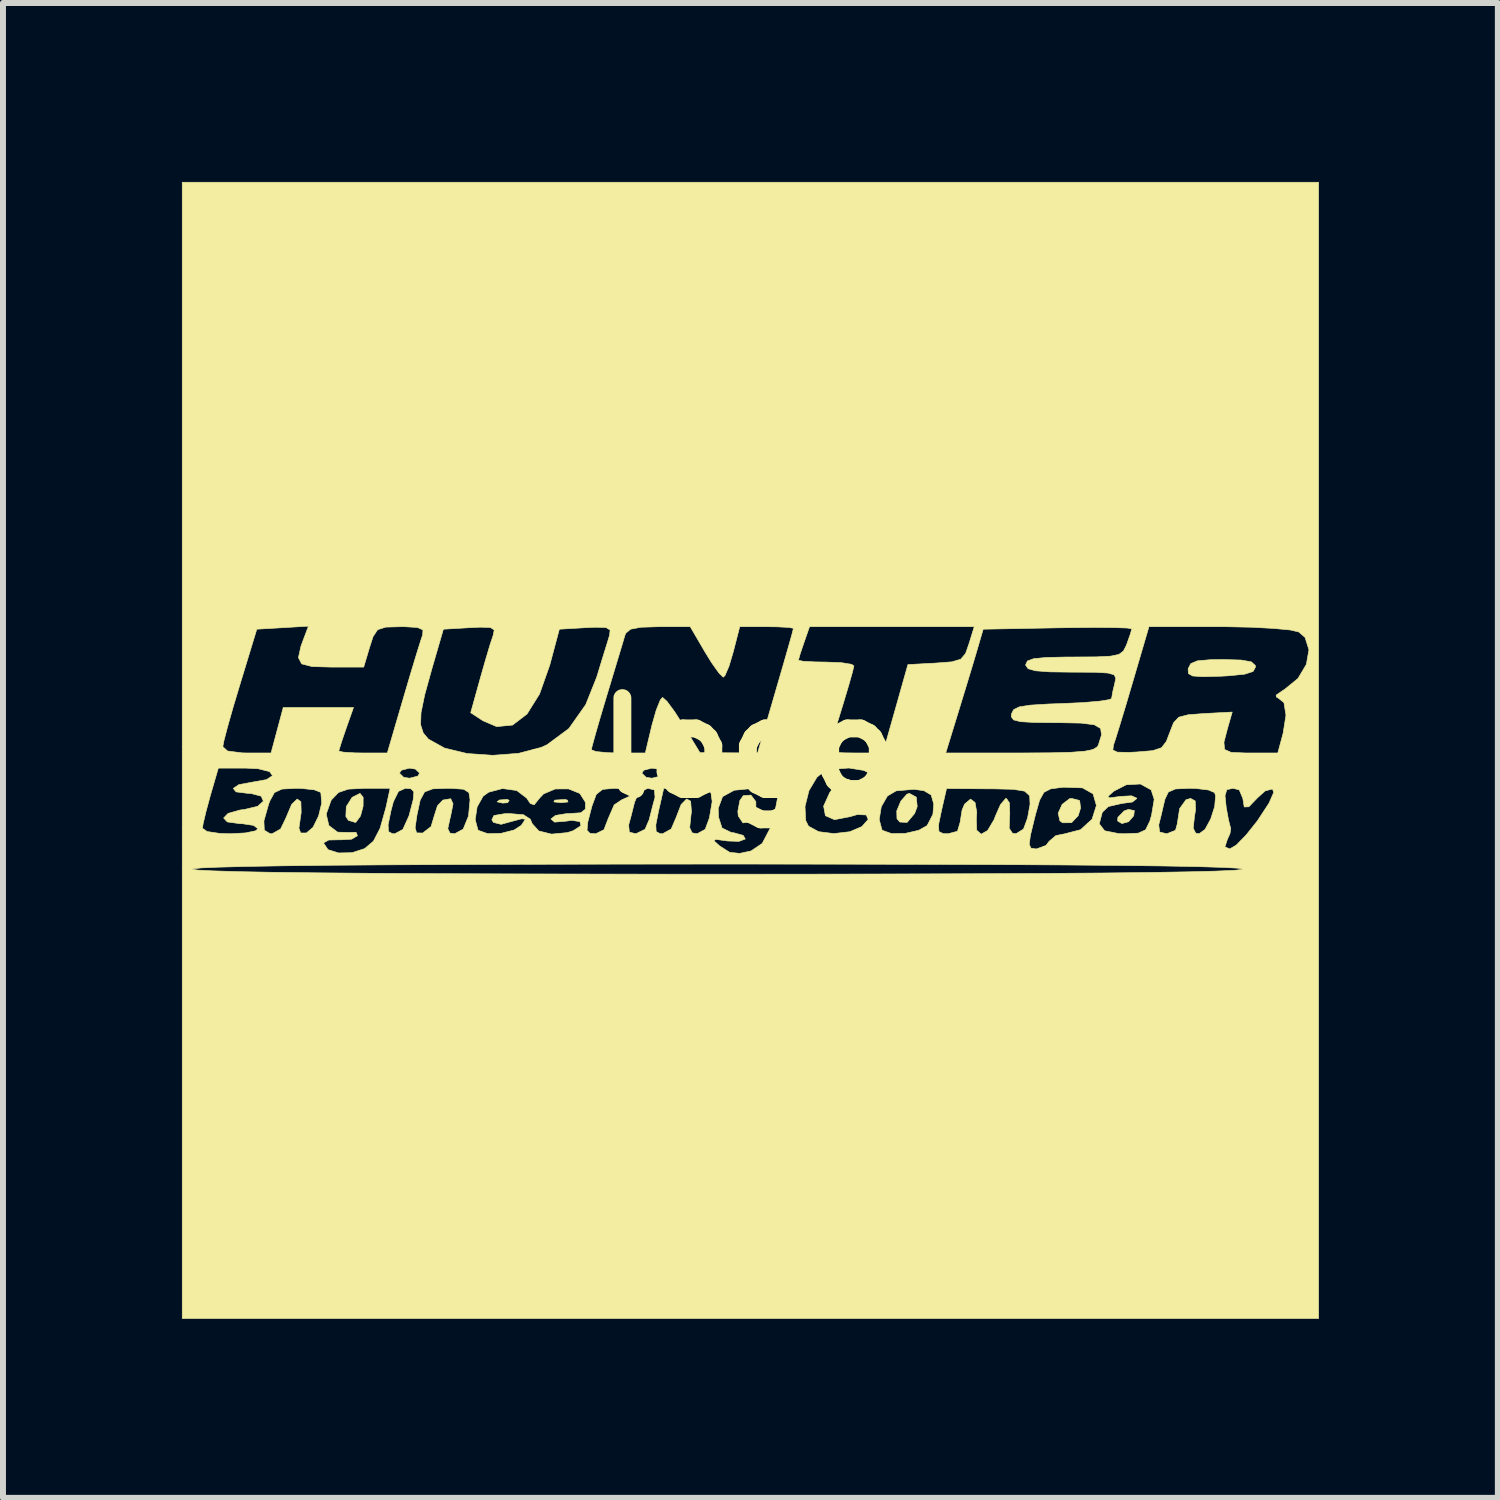
<source format=kicad_pcb>
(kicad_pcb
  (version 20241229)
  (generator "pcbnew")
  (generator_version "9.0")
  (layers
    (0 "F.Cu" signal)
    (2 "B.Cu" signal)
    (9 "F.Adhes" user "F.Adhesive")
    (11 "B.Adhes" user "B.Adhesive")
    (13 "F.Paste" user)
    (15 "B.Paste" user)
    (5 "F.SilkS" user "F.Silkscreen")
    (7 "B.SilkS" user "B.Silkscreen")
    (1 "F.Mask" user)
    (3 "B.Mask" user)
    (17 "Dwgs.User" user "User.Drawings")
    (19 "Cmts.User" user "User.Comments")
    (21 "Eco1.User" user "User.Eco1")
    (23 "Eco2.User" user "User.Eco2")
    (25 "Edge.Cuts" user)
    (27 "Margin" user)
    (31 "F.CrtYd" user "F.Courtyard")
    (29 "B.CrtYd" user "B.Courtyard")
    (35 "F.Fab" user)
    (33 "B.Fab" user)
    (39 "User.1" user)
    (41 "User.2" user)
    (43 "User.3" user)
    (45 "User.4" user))
  (footprint "logo"
    (layer "F.Cu")
    (at 9.488 9.488)
    (property "Reference" "logo" (at 0 0 0) (layer "F.SilkS") (effects (font (size 1.524 1.524) (thickness 0.3))))
    (attr through_hole)
    (fp_poly (pts (xy -4.002 0.88) (xy -4.028 0.919) (xy -4.113 0.925) (xy -4.204 0.904) (xy -4.165 0.873) (xy -4.032 0.863) (xy -4.002 0.88)) (stroke (width 0.01) (type solid)) (fill yes) (layer "F.SilkS"))
    (fp_poly (pts (xy -3.027 0.875) (xy -3.016 0.906) (xy -3.133 0.918) (xy -3.253 0.905) (xy -3.239 0.875) (xy -3.065 0.864) (xy -3.027 0.875)) (stroke (width 0.01) (type solid)) (fill yes) (layer "F.SilkS"))
    (fp_poly (pts (xy 6.478 1.05) (xy 6.468 1.137) (xy 6.382 1.237) (xy 6.27 1.268) (xy 6.198 1.225) (xy 6.202 1.164) (xy 6.306 1.057) (xy 6.378 1.031) (xy 6.478 1.05)) (stroke (width 0.01) (type solid)) (fill yes) (layer "F.SilkS"))
    (fp_poly (pts (xy -6.45 0.828) (xy -6.451 0.978) (xy -6.494 1.14) (xy -6.57 1.244) (xy -6.583 1.249) (xy -6.698 1.214) (xy -6.74 1.149) (xy -6.733 0.984) (xy -6.635 0.828) (xy -6.503 0.762) (xy -6.45 0.828)) (stroke (width 0.01) (type solid)) (fill yes) (layer "F.SilkS"))
    (fp_poly (pts (xy 0.133 0.9) (xy 0.135 1.075) (xy 0.13 1.092) (xy 0.032 1.243) (xy -0.084 1.257) (xy -0.162 1.14) (xy -0.169 1.063) (xy -0.135 0.882) (xy -0.077 0.8) (xy 0.05 0.791) (xy 0.133 0.9)) (stroke (width 0.01) (type solid)) (fill yes) (layer "F.SilkS"))
    (fp_poly (pts (xy 2.823 0.826) (xy 2.838 0.984) (xy 2.795 1.099) (xy 2.669 1.249) (xy 2.547 1.243) (xy 2.499 1.187) (xy 2.495 1.056) (xy 2.564 0.891) (xy 2.665 0.776) (xy 2.707 0.762) (xy 2.823 0.826)) (stroke (width 0.01) (type solid)) (fill yes) (layer "F.SilkS"))
    (fp_poly (pts (xy 5.561 0.882) (xy 5.577 1.008) (xy 5.537 1.136) (xy 5.425 1.254) (xy 5.275 1.255) (xy 5.23 1.223) (xy 5.201 1.095) (xy 5.268 0.946) (xy 5.391 0.852) (xy 5.429 0.847) (xy 5.561 0.882)) (stroke (width 0.01) (type solid)) (fill yes) (layer "F.SilkS"))
    (fp_poly (pts (xy 8.268 -1.473) (xy 8.439 -1.443) (xy 8.505 -1.383) (xy 8.509 -1.355) (xy 8.469 -1.282) (xy 8.328 -1.236) (xy 8.058 -1.209) (xy 7.931 -1.202) (xy 7.625 -1.194) (xy 7.454 -1.206) (xy 7.384 -1.247) (xy 7.38 -1.325) (xy 7.381 -1.329) (xy 7.424 -1.413) (xy 7.535 -1.46) (xy 7.754 -1.479) (xy 7.96 -1.482) (xy 8.268 -1.473)) (stroke (width 0.01) (type solid)) (fill yes) (layer "F.SilkS"))
    (fp_poly (pts (xy 9.567 9.567) (xy -9.483 9.567) (xy -9.483 2.032) (xy -9.313 2.032) (xy -9.229 2.048) (xy -8.976 2.061) (xy -8.556 2.074) (xy -7.969 2.085) (xy -7.216 2.094) (xy -6.299 2.102) (xy -5.218 2.108) (xy -3.974 2.112) (xy -2.569 2.115) (xy -1.002 2.117) (xy -0.508 2.117) (xy 1.106 2.116) (xy 2.559 2.113) (xy 3.851 2.109) (xy 4.98 2.104) (xy 5.946 2.097) (xy 6.747 2.088) (xy 7.383 2.077) (xy 7.853 2.065) (xy 8.156 2.052) (xy 8.29 2.037) (xy 8.297 2.032) (xy 8.213 2.016) (xy 7.96 2.003) (xy 7.54 1.99) (xy 6.953 1.979) (xy 6.2 1.97) (xy 5.283 1.962) (xy 4.202 1.956) (xy 2.958 1.952) (xy 1.553 1.949) (xy -0.014 1.947) (xy -0.508 1.947) (xy -2.122 1.948) (xy -3.575 1.951) (xy -4.867 1.955) (xy -5.996 1.96) (xy -6.962 1.967) (xy -7.763 1.976) (xy -8.399 1.987) (xy -8.869 1.999) (xy -9.172 2.012) (xy -9.306 2.027) (xy -9.313 2.032) (xy -9.483 2.032) (xy -9.483 1.596) (xy -7.112 1.596) (xy -7.04 1.705) (xy -6.862 1.761) (xy -6.635 1.756) (xy -6.425 1.688) (xy -6.279 1.564) (xy -6.274 1.556) (xy -0.57 1.556) (xy -0.474 1.643) (xy -0.471 1.645) (xy -0.305 1.751) (xy -0.137 1.768) (xy 0.053 1.727) (xy 0.215 1.618) (xy 4.716 1.618) (xy 4.745 1.68) (xy 4.826 1.693) (xy 4.838 1.693) (xy 4.93 1.66) (xy 7.997 1.66) (xy 8.078 1.693) (xy 8.187 1.629) (xy 8.353 1.459) (xy 8.543 1.22) (xy 8.551 1.208) (xy 8.736 0.925) (xy 8.814 0.748) (xy 8.795 0.688) (xy 8.671 0.721) (xy 8.544 0.835) (xy 8.398 0.987) (xy 8.32 0.99) (xy 8.297 0.847) (xy 8.237 0.704) (xy 8.133 0.677) (xy 8.029 0.7) (xy 7.998 0.8) (xy 8.018 0.995) (xy 8.057 1.208) (xy 8.089 1.335) (xy 8.095 1.345) (xy 8.082 1.435) (xy 8.037 1.535) (xy 7.997 1.66) (xy 4.93 1.66) (xy 4.997 1.635) (xy 5.049 1.566) (xy 5.162 1.47) (xy 5.315 1.439) (xy 5.577 1.371) (xy 5.685 1.272) (xy 5.89 1.272) (xy 5.98 1.389) (xy 6.22 1.437) (xy 6.311 1.439) (xy 6.544 1.429) (xy 6.667 1.373) (xy 6.707 1.291) (xy 6.887 1.291) (xy 6.902 1.41) (xy 7.022 1.439) (xy 7.168 1.381) (xy 7.197 1.277) (xy 7.237 1.018) (xy 7.344 0.869) (xy 7.421 0.847) (xy 7.498 0.888) (xy 7.505 1.035) (xy 7.487 1.143) (xy 7.465 1.346) (xy 7.507 1.429) (xy 7.564 1.439) (xy 7.663 1.366) (xy 7.758 1.192) (xy 7.825 0.982) (xy 7.84 0.802) (xy 7.823 0.749) (xy 7.719 0.705) (xy 7.508 0.68) (xy 7.405 0.677) (xy 7.168 0.688) (xy 7.048 0.74) (xy 6.99 0.863) (xy 6.979 0.91) (xy 6.925 1.14) (xy 6.887 1.291) (xy 6.707 1.291) (xy 6.737 1.23) (xy 6.767 1.127) (xy 6.811 0.862) (xy 6.76 0.704) (xy 6.58 0.605) (xy 6.342 0.618) (xy 6.133 0.726) (xy 6.035 0.814) (xy 6.062 0.838) (xy 6.235 0.814) (xy 6.244 0.813) (xy 6.432 0.803) (xy 6.518 0.842) (xy 6.519 0.849) (xy 6.446 0.907) (xy 6.269 0.931) (xy 6.268 0.931) (xy 6.042 0.983) (xy 5.941 1.079) (xy 5.89 1.272) (xy 5.685 1.272) (xy 5.769 1.196) (xy 5.842 0.965) (xy 5.786 0.77) (xy 5.609 0.67) (xy 5.298 0.659) (xy 5.259 0.662) (xy 5.075 0.687) (xy 4.963 0.744) (xy 4.89 0.875) (xy 4.82 1.12) (xy 4.802 1.193) (xy 4.735 1.469) (xy 4.716 1.618) (xy 0.215 1.618) (xy 0.239 1.602) (xy 0.381 1.331) (xy 0.47 0.982) (xy 0.957 0.982) (xy 0.969 1.218) (xy 1.016 1.312) (xy 1.185 1.404) (xy 1.44 1.436) (xy 1.708 1.405) (xy 1.91 1.319) (xy 2.014 1.201) (xy 2.201 1.201) (xy 2.246 1.37) (xy 2.258 1.383) (xy 2.407 1.436) (xy 2.636 1.433) (xy 2.864 1.381) (xy 3.004 1.302) (xy 3.01 1.291) (xy 3.195 1.291) (xy 3.202 1.402) (xy 3.275 1.437) (xy 3.356 1.439) (xy 3.513 1.397) (xy 3.557 1.249) (xy 3.59 1.042) (xy 3.632 0.942) (xy 3.732 0.858) (xy 3.808 0.915) (xy 3.837 1.082) (xy 3.829 1.182) (xy 3.835 1.379) (xy 3.91 1.446) (xy 4.018 1.385) (xy 4.127 1.202) (xy 4.149 1.143) (xy 4.234 0.95) (xy 4.319 0.85) (xy 4.334 0.847) (xy 4.384 0.921) (xy 4.39 1.109) (xy 4.387 1.143) (xy 4.38 1.347) (xy 4.435 1.43) (xy 4.494 1.439) (xy 4.62 1.36) (xy 4.688 1.175) (xy 4.73 0.944) (xy 4.723 0.802) (xy 4.639 0.725) (xy 4.448 0.694) (xy 4.123 0.686) (xy 4.036 0.686) (xy 3.33 0.681) (xy 3.243 1.06) (xy 3.195 1.291) (xy 3.01 1.291) (xy 3.101 1.114) (xy 3.116 0.942) (xy 3.072 0.789) (xy 2.951 0.717) (xy 2.783 0.694) (xy 2.485 0.72) (xy 2.339 0.806) (xy 2.236 0.985) (xy 2.201 1.201) (xy 2.014 1.201) (xy 2.017 1.199) (xy 1.983 1.124) (xy 1.835 1.117) (xy 1.71 1.153) (xy 1.451 1.203) (xy 1.299 1.136) (xy 1.269 0.976) (xy 1.373 0.746) (xy 1.434 0.666) (xy 1.567 0.533) (xy 1.684 0.526) (xy 1.771 0.572) (xy 1.966 0.656) (xy 2.128 0.672) (xy 2.201 0.615) (xy 2.201 0.61) (xy 2.128 0.47) (xy 1.942 0.377) (xy 1.694 0.337) (xy 1.437 0.355) (xy 1.223 0.437) (xy 1.157 0.492) (xy 1.023 0.717) (xy 0.957 0.982) (xy 0.47 0.982) (xy 0.47 0.981) (xy 0.527 0.677) (xy 0.104 0.677) (xy -0.23 0.71) (xy -0.425 0.817) (xy -0.498 1.014) (xy -0.493 1.159) (xy -0.434 1.342) (xy -0.281 1.417) (xy -0.231 1.424) (xy -0.079 1.466) (xy -0.044 1.527) (xy -0.151 1.567) (xy -0.348 1.56) (xy -0.363 1.557) (xy -0.54 1.533) (xy -0.57 1.556) (xy -6.274 1.556) (xy -6.166 1.347) (xy -6.15 1.291) (xy -6.032 1.291) (xy -6.025 1.403) (xy -5.959 1.438) (xy -5.919 1.439) (xy -5.784 1.366) (xy -5.772 1.339) (xy -5.579 1.339) (xy -5.554 1.424) (xy -5.459 1.427) (xy -5.451 1.426) (xy -5.312 1.319) (xy -5.264 1.158) (xy -5.204 0.969) (xy -5.113 0.874) (xy -4.982 0.852) (xy -4.943 0.938) (xy -4.986 1.154) (xy -4.991 1.17) (xy -5.031 1.354) (xy -4.995 1.428) (xy -4.915 1.439) (xy -4.773 1.361) (xy -4.708 1.202) (xy -4.572 1.202) (xy -4.527 1.37) (xy -4.516 1.383) (xy -4.364 1.437) (xy -4.138 1.432) (xy -3.919 1.376) (xy -3.799 1.298) (xy -3.73 1.195) (xy -3.793 1.188) (xy -3.852 1.203) (xy -4.051 1.257) (xy -4.138 1.281) (xy -4.265 1.249) (xy -4.293 1.206) (xy -4.258 1.133) (xy -4.074 1.102) (xy -3.996 1.101) (xy -3.763 1.12) (xy -3.648 1.194) (xy -3.616 1.27) (xy -3.506 1.392) (xy -3.292 1.445) (xy -3.028 1.42) (xy -2.928 1.388) (xy -2.919 1.382) (xy -2.697 1.382) (xy -2.647 1.432) (xy -2.551 1.439) (xy -2.413 1.371) (xy -2.383 1.291) (xy -1.999 1.291) (xy -1.988 1.412) (xy -1.878 1.439) (xy -1.724 1.364) (xy -1.693 1.291) (xy -1.544 1.291) (xy -1.538 1.403) (xy -1.471 1.438) (xy -1.43 1.439) (xy -1.286 1.359) (xy -1.205 1.17) (xy -1.119 0.948) (xy -1.027 0.855) (xy -0.96 0.893) (xy -0.947 1.069) (xy -0.955 1.132) (xy -0.976 1.337) (xy -0.935 1.424) (xy -0.852 1.439) (xy -0.716 1.365) (xy -0.646 1.175) (xy -0.599 0.9) (xy -0.62 0.751) (xy -0.735 0.69) (xy -0.971 0.677) (xy -1.002 0.677) (xy -1.411 0.677) (xy -1.498 1.058) (xy -1.544 1.291) (xy -1.693 1.291) (xy -1.656 1.206) (xy -1.598 0.977) (xy -1.557 0.826) (xy -1.568 0.705) (xy -1.678 0.677) (xy -1.832 0.753) (xy -1.9 0.91) (xy -1.958 1.14) (xy -1.999 1.291) (xy -2.383 1.291) (xy -2.339 1.178) (xy -2.242 0.955) (xy -2.117 0.871) (xy -1.967 0.803) (xy -1.97 0.733) (xy -2.111 0.685) (xy -2.24 0.677) (xy -2.436 0.695) (xy -2.542 0.779) (xy -2.616 0.979) (xy -2.62 0.995) (xy -2.686 1.25) (xy -2.697 1.382) (xy -2.919 1.382) (xy -2.8 1.305) (xy -2.816 1.236) (xy -2.953 1.214) (xy -3.048 1.228) (xy -3.24 1.244) (xy -3.302 1.192) (xy -3.227 1.132) (xy -3.044 1.102) (xy -3 1.101) (xy -2.8 1.087) (xy -2.724 1.026) (xy -2.725 0.91) (xy -2.818 0.763) (xy -3.007 0.687) (xy -3.23 0.688) (xy -3.426 0.771) (xy -3.489 0.837) (xy -3.583 0.954) (xy -3.648 0.932) (xy -3.709 0.841) (xy -3.876 0.714) (xy -4.114 0.681) (xy -4.347 0.743) (xy -4.439 0.81) (xy -4.539 0.988) (xy -4.572 1.202) (xy -4.708 1.202) (xy -4.684 1.142) (xy -4.658 0.868) (xy -4.677 0.749) (xy -4.765 0.693) (xy -4.968 0.678) (xy -5.033 0.677) (xy -5.282 0.686) (xy -5.42 0.738) (xy -5.494 0.875) (xy -5.549 1.131) (xy -5.579 1.339) (xy -5.772 1.339) (xy -5.682 1.139) (xy -5.677 1.122) (xy -5.611 0.867) (xy -5.6 0.735) (xy -5.649 0.685) (xy -5.743 0.677) (xy -5.858 0.729) (xy -5.944 0.904) (xy -5.985 1.058) (xy -6.032 1.291) (xy -6.15 1.291) (xy -6.069 1.003) (xy -6.058 0.953) (xy -5.998 0.677) (xy -6.426 0.677) (xy -6.699 0.691) (xy -6.863 0.747) (xy -6.977 0.866) (xy -6.989 0.883) (xy -7.069 1.11) (xy -7.025 1.301) (xy -6.878 1.412) (xy -6.72 1.417) (xy -6.568 1.415) (xy -6.546 1.472) (xy -6.643 1.53) (xy -6.834 1.541) (xy -6.845 1.54) (xy -7.028 1.544) (xy -7.112 1.591) (xy -7.112 1.596) (xy -9.483 1.596) (xy -9.483 1.347) (xy -9.144 1.347) (xy -9.065 1.402) (xy -8.849 1.434) (xy -8.678 1.439) (xy -8.423 1.425) (xy -8.254 1.39) (xy -8.213 1.355) (xy -8.287 1.299) (xy -8.471 1.271) (xy -8.516 1.27) (xy -8.726 1.241) (xy -8.743 1.224) (xy -8.114 1.224) (xy -8.107 1.38) (xy -8.01 1.438) (xy -7.976 1.439) (xy -7.834 1.359) (xy -7.743 1.17) (xy -7.649 0.947) (xy -7.556 0.857) (xy -7.494 0.901) (xy -7.489 1.084) (xy -7.498 1.142) (xy -7.527 1.346) (xy -7.497 1.426) (xy -7.402 1.426) (xy -7.291 1.332) (xy -7.197 1.141) (xy -7.145 0.925) (xy -7.159 0.756) (xy -7.166 0.743) (xy -7.268 0.703) (xy -7.477 0.68) (xy -7.574 0.677) (xy -7.811 0.69) (xy -7.938 0.749) (xy -8.016 0.892) (xy -8.035 0.944) (xy -8.114 1.224) (xy -8.743 1.224) (xy -8.789 1.175) (xy -8.715 1.098) (xy -8.514 1.041) (xy -8.439 1.032) (xy -8.219 0.979) (xy -8.123 0.893) (xy -8.159 0.809) (xy -8.334 0.763) (xy -8.382 0.762) (xy -8.58 0.737) (xy -8.628 0.679) (xy -8.534 0.616) (xy -8.325 0.577) (xy -8.069 0.531) (xy -7.969 0.464) (xy -8 0.423) (xy -5.842 0.423) (xy -5.771 0.492) (xy -5.673 0.508) (xy -5.535 0.473) (xy -5.503 0.423) (xy -1.778 0.423) (xy -1.707 0.492) (xy -1.609 0.508) (xy -1.471 0.473) (xy -1.439 0.423) (xy -1.51 0.355) (xy -1.609 0.339) (xy -1.746 0.374) (xy -1.778 0.423) (xy -5.503 0.423) (xy -5.574 0.355) (xy -5.673 0.339) (xy -5.81 0.374) (xy -5.842 0.423) (xy -8 0.423) (xy -8.019 0.397) (xy -8.211 0.349) (xy -8.411 0.339) (xy -8.878 0.339) (xy -9.011 0.796) (xy -9.084 1.065) (xy -9.133 1.271) (xy -9.144 1.347) (xy -9.483 1.347) (xy -9.483 -0.021) (xy -8.803 -0.021) (xy -8.723 0.052) (xy -8.481 0.083) (xy -8.4 0.085) (xy -7.994 0.085) (xy -7.79 -0.677) (xy -6.612 -0.677) (xy -6.735 -0.328) (xy -6.81 -0.109) (xy -6.853 0.031) (xy -6.858 0.053) (xy -6.782 0.071) (xy -6.588 0.083) (xy -6.452 0.085) (xy -6.045 0.085) (xy -5.907 -0.388) (xy -5.487 -0.388) (xy -5.442 -0.249) (xy -5.355 -0.147) (xy -5.085 0.003) (xy -4.708 0.094) (xy -4.277 0.124) (xy -3.845 0.091) (xy -3.616 0.031) (xy -2.625 0.031) (xy -2.548 0.061) (xy -2.351 0.08) (xy -2.173 0.085) (xy -1.72 0.085) (xy -1.609 -0.381) (xy -1.537 -0.634) (xy -1.469 -0.803) (xy -1.431 -0.847) (xy -1.356 -0.78) (xy -1.227 -0.605) (xy -1.085 -0.383) (xy -0.804 0.08) (xy -0.321 0.082) (xy 0.162 0.085) (xy 0.329 -0.487) (xy 0.49 -1.041) (xy 0.609 -1.45) (xy 0.614 -1.469) (xy 0.847 -1.469) (xy 0.923 -1.453) (xy 1.121 -1.442) (xy 1.312 -1.439) (xy 1.567 -1.429) (xy 1.736 -1.402) (xy 1.777 -1.376) (xy 1.753 -1.271) (xy 1.689 -1.046) (xy 1.599 -0.745) (xy 1.565 -0.635) (xy 1.469 -0.324) (xy 1.396 -0.082) (xy 1.358 0.05) (xy 1.355 0.064) (xy 1.431 0.075) (xy 1.628 0.083) (xy 1.809 0.085) (xy 2.263 0.085) (xy 3.316 0.085) (xy 4.57 0.085) (xy 5.065 0.082) (xy 5.417 0.073) (xy 5.649 0.055) (xy 5.747 0.035) (xy 6.118 0.035) (xy 6.193 0.071) (xy 6.386 0.075) (xy 6.522 0.068) (xy 6.786 0.046) (xy 6.933 -0.003) (xy 7.015 -0.109) (xy 7.07 -0.254) (xy 7.136 -0.423) (xy 7.223 -0.515) (xy 7.381 -0.556) (xy 7.644 -0.576) (xy 8.119 -0.601) (xy 8.039 -0.322) (xy 7.98 -0.095) (xy 7.991 0.026) (xy 8.102 0.075) (xy 8.345 0.085) (xy 8.421 0.085) (xy 8.883 0.085) (xy 8.972 -0.245) (xy 9.02 -0.548) (xy 8.986 -0.759) (xy 8.874 -0.849) (xy 8.86 -0.85) (xy 8.855 -0.885) (xy 8.973 -0.967) (xy 8.994 -0.979) (xy 9.221 -1.164) (xy 9.362 -1.401) (xy 9.405 -1.646) (xy 9.34 -1.852) (xy 9.234 -1.944) (xy 9.092 -1.977) (xy 8.816 -2.003) (xy 8.444 -2.023) (xy 8.01 -2.032) (xy 7.897 -2.032) (xy 6.723 -2.032) (xy 6.452 -1.109) (xy 6.339 -0.726) (xy 6.238 -0.393) (xy 6.163 -0.151) (xy 6.128 -0.046) (xy 6.118 0.035) (xy 5.747 0.035) (xy 5.787 0.026) (xy 5.857 -0.018) (xy 5.875 -0.049) (xy 5.928 -0.218) (xy 5.913 -0.326) (xy 5.807 -0.388) (xy 5.585 -0.416) (xy 5.221 -0.423) (xy 5.158 -0.423) (xy 4.794 -0.427) (xy 4.569 -0.44) (xy 4.453 -0.47) (xy 4.415 -0.523) (xy 4.419 -0.572) (xy 4.454 -0.641) (xy 4.549 -0.688) (xy 4.733 -0.717) (xy 5.04 -0.736) (xy 5.271 -0.744) (xy 5.622 -0.76) (xy 5.899 -0.784) (xy 6.065 -0.811) (xy 6.097 -0.829) (xy 6.118 -0.951) (xy 6.149 -1.079) (xy 6.167 -1.169) (xy 6.14 -1.225) (xy 6.038 -1.255) (xy 5.832 -1.268) (xy 5.491 -1.27) (xy 5.429 -1.27) (xy 5.054 -1.275) (xy 4.82 -1.293) (xy 4.697 -1.328) (xy 4.657 -1.386) (xy 4.657 -1.397) (xy 4.685 -1.457) (xy 4.791 -1.496) (xy 5 -1.516) (xy 5.343 -1.524) (xy 5.463 -1.524) (xy 5.838 -1.526) (xy 6.078 -1.538) (xy 6.219 -1.567) (xy 6.295 -1.624) (xy 6.342 -1.716) (xy 6.352 -1.741) (xy 6.413 -1.914) (xy 6.435 -1.997) (xy 6.355 -2.01) (xy 6.136 -2.017) (xy 5.806 -2.02) (xy 5.396 -2.016) (xy 5.189 -2.013) (xy 3.944 -1.99) (xy 3.845 -1.651) (xy 3.773 -1.408) (xy 3.67 -1.068) (xy 3.556 -0.696) (xy 3.531 -0.614) (xy 3.316 0.085) (xy 2.263 0.085) (xy 2.473 -0.656) (xy 2.682 -1.397) (xy 3.148 -1.422) (xy 3.418 -1.443) (xy 3.568 -1.487) (xy 3.649 -1.583) (xy 3.704 -1.74) (xy 3.794 -2.032) (xy 1.033 -2.032) (xy 0.94 -1.765) (xy 0.876 -1.576) (xy 0.847 -1.472) (xy 0.847 -1.469) (xy 0.614 -1.469) (xy 0.69 -1.734) (xy 0.739 -1.908) (xy 0.76 -1.992) (xy 0.762 -2.005) (xy 0.686 -2.02) (xy 0.489 -2.03) (xy 0.312 -2.032) (xy -0.137 -2.032) (xy -0.246 -1.609) (xy -0.317 -1.37) (xy -0.383 -1.216) (xy -0.413 -1.185) (xy -0.484 -1.253) (xy -0.607 -1.426) (xy -0.72 -1.609) (xy -0.967 -2.032) (xy -1.494 -2.032) (xy -1.795 -2.023) (xy -1.967 -1.99) (xy -2.048 -1.922) (xy -2.063 -1.884) (xy -2.104 -1.744) (xy -2.183 -1.483) (xy -2.285 -1.144) (xy -2.365 -0.88) (xy -2.472 -0.522) (xy -2.557 -0.227) (xy -2.611 -0.031) (xy -2.625 0.031) (xy -3.616 0.031) (xy -3.464 -0.009) (xy -3.368 -0.053) (xy -3.002 -0.324) (xy -2.719 -0.725) (xy -2.535 -1.185) (xy -2.442 -1.49) (xy -2.363 -1.745) (xy -2.319 -1.889) (xy -2.31 -1.976) (xy -2.378 -2.018) (xy -2.559 -2.023) (xy -2.716 -2.016) (xy -3.161 -1.99) (xy -3.323 -1.385) (xy -3.493 -0.904) (xy -3.703 -0.568) (xy -3.945 -0.383) (xy -4.212 -0.357) (xy -4.441 -0.455) (xy -4.647 -0.59) (xy -4.488 -1.163) (xy -4.399 -1.474) (xy -4.321 -1.736) (xy -4.27 -1.889) (xy -4.253 -1.976) (xy -4.315 -2.018) (xy -4.489 -2.024) (xy -4.658 -2.016) (xy -5.105 -1.99) (xy -5.302 -1.312) (xy -5.419 -0.888) (xy -5.48 -0.591) (xy -5.487 -0.388) (xy -5.907 -0.388) (xy -5.775 -0.838) (xy -5.662 -1.221) (xy -5.562 -1.552) (xy -5.487 -1.793) (xy -5.452 -1.897) (xy -5.448 -1.978) (xy -5.539 -2.019) (xy -5.758 -2.032) (xy -5.82 -2.032) (xy -6.071 -2.025) (xy -6.207 -1.982) (xy -6.284 -1.866) (xy -6.34 -1.693) (xy -6.441 -1.355) (xy -6.988 -1.355) (xy -7.307 -1.364) (xy -7.481 -1.409) (xy -7.535 -1.514) (xy -7.493 -1.704) (xy -7.451 -1.819) (xy -7.367 -2.041) (xy -8.233 -1.99) (xy -8.517 -1.058) (xy -8.631 -0.679) (xy -8.723 -0.354) (xy -8.784 -0.121) (xy -8.803 -0.021) (xy -9.483 -0.021) (xy -9.483 -9.483) (xy 9.567 -9.483) (xy 9.567 9.567)) (stroke (width 0.01) (type solid)) (fill yes) (layer "F.SilkS")))
  (gr_rect
    (start -3 -3)
    (end 22.06 22.06)
    (stroke (width 0.1) (type default))
    (fill no)
    (layer "Edge.Cuts")))
</source>
